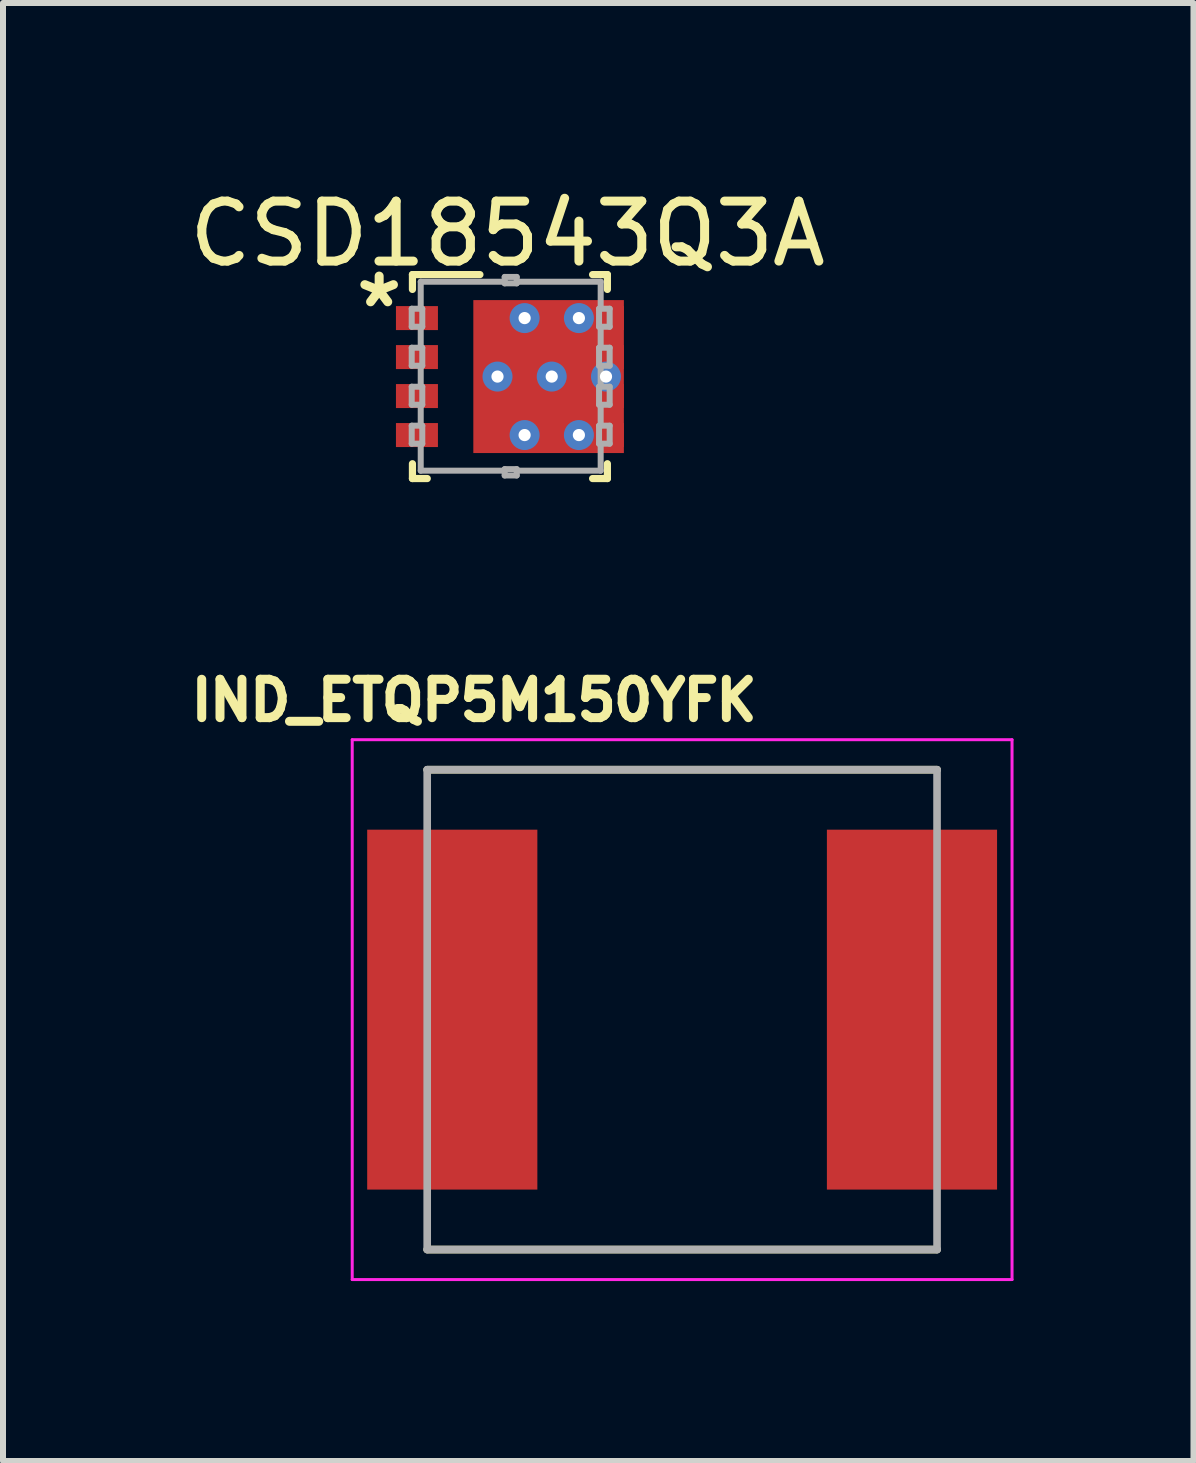
<source format=kicad_pcb>
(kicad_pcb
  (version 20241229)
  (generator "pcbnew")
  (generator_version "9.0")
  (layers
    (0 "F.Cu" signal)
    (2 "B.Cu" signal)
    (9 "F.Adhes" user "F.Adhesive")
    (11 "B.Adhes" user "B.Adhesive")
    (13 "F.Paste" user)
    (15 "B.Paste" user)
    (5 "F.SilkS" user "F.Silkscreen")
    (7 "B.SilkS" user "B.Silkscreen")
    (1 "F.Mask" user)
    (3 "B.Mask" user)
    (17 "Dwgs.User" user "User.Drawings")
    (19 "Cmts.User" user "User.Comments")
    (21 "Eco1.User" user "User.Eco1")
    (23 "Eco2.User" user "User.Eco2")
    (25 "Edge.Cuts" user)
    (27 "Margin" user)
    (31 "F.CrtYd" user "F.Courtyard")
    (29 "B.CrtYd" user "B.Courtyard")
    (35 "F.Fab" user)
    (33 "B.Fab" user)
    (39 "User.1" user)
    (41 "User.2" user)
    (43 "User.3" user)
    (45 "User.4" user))
  (footprint "CSD18543Q3A"
    (layer "F.Cu")
    (at 5.451 3.228)
    (property "Reference" "CSD18543Q3A" (at -0.04 -2.38 0) (layer "F.SilkS") (effects (font (size 1 1) (thickness 0.15))))
    (attr through_hole)
    (fp_poly (pts (xy 0.925 -0.825) (xy 1.425 -0.825) (xy 1.425 -1.125) (xy 0.925 -1.125)) (stroke (width 0.1) (type solid)) (fill yes) (layer "F.Mask"))
    (fp_poly (pts (xy 0.925 -0.175) (xy 1.425 -0.175) (xy 1.425 -0.475) (xy 0.925 -0.475)) (stroke (width 0.1) (type solid)) (fill yes) (layer "F.Mask"))
    (fp_poly (pts (xy 0.925 0.475) (xy 1.425 0.475) (xy 1.425 0.175) (xy 0.925 0.175)) (stroke (width 0.1) (type solid)) (fill yes) (layer "F.Mask"))
    (fp_poly (pts (xy 0.925 1.125) (xy 1.425 1.125) (xy 1.425 0.825) (xy 0.925 0.825)) (stroke (width 0.1) (type solid)) (fill yes) (layer "F.Mask"))
    (fp_poly (pts (xy -0.56 1.172) (xy -0.56 -1.172) (xy -0.559 -1.182) (xy -0.556 -1.192) (xy -0.551 -1.201) (xy -0.544 -1.209) (xy -0.536 -1.216) (xy -0.527 -1.221) (xy -0.517 -1.224) (xy -0.507 -1.225) (xy 1.162 -1.225) (xy 1.172 -1.224) (xy 1.182 -1.221) (xy 1.191 -1.216) (xy 1.199 -1.209) (xy 1.206 -1.201) (xy 1.211 -1.192) (xy 1.214 -1.182) (xy 1.215 -1.172) (xy 1.215 1.172) (xy 1.214 1.182) (xy 1.211 1.192) (xy 1.206 1.201) (xy 1.199 1.209) (xy 1.191 1.216) (xy 1.182 1.221) (xy 1.172 1.224) (xy 1.162 1.225) (xy -0.507 1.225) (xy -0.517 1.224) (xy -0.527 1.221) (xy -0.536 1.216) (xy -0.544 1.209) (xy -0.551 1.201) (xy -0.556 1.192) (xy -0.559 1.182)) (stroke (width 0.1) (type solid)) (fill yes) (layer "F.Mask"))
    (fp_line (start -1.625 -1.7) (end -0.5 -1.7) (stroke (width 0.12) (type solid)) (layer "F.SilkS"))
    (fp_line (start -1.625 -1.453) (end -1.625 -1.7) (stroke (width 0.12) (type solid)) (layer "F.SilkS"))
    (fp_line (start -1.625 1.7) (end -1.625 1.453) (stroke (width 0.12) (type solid)) (layer "F.SilkS"))
    (fp_line (start -1.625 1.7) (end -1.378 1.7) (stroke (width 0.12) (type solid)) (layer "F.SilkS"))
    (fp_line (start 1.378 -1.7) (end 1.625 -1.7) (stroke (width 0.12) (type solid)) (layer "F.SilkS"))
    (fp_line (start 1.378 1.7) (end 1.625 1.7) (stroke (width 0.12) (type solid)) (layer "F.SilkS"))
    (fp_line (start 1.625 -1.453) (end 1.625 -1.7) (stroke (width 0.12) (type solid)) (layer "F.SilkS"))
    (fp_line (start 1.625 1.7) (end 1.625 1.453) (stroke (width 0.12) (type solid)) (layer "F.SilkS"))
    (fp_poly (pts (xy 0.145 -1.176) (xy 0.145 -0.149) (xy 0.144 -0.14) (xy 0.141 -0.13) (xy 0.137 -0.122) (xy 0.131 -0.114) (xy 0.123 -0.108) (xy 0.115 -0.104) (xy 0.105 -0.101) (xy 0.096 -0.1) (xy -0.511 -0.1) (xy -0.52 -0.101) (xy -0.53 -0.104) (xy -0.538 -0.108) (xy -0.546 -0.114) (xy -0.552 -0.122) (xy -0.556 -0.13) (xy -0.559 -0.14) (xy -0.56 -0.149) (xy -0.56 -1.176) (xy -0.559 -1.185) (xy -0.556 -1.195) (xy -0.552 -1.203) (xy -0.546 -1.211) (xy -0.538 -1.217) (xy -0.53 -1.221) (xy -0.52 -1.224) (xy -0.511 -1.225) (xy 0.096 -1.225) (xy 0.105 -1.224) (xy 0.115 -1.221) (xy 0.123 -1.217) (xy 0.131 -1.211) (xy 0.137 -1.203) (xy 0.141 -1.195) (xy 0.144 -1.185)) (stroke (width 0.1) (type solid)) (fill yes) (layer "F.Paste"))
    (fp_poly (pts (xy 0.145 0.149) (xy 0.145 1.176) (xy 0.144 1.185) (xy 0.141 1.195) (xy 0.137 1.203) (xy 0.131 1.211) (xy 0.123 1.217) (xy 0.115 1.221) (xy 0.105 1.224) (xy 0.096 1.225) (xy -0.511 1.225) (xy -0.52 1.224) (xy -0.53 1.221) (xy -0.538 1.217) (xy -0.546 1.211) (xy -0.552 1.203) (xy -0.556 1.195) (xy -0.559 1.185) (xy -0.56 1.176) (xy -0.56 0.149) (xy -0.559 0.14) (xy -0.556 0.13) (xy -0.552 0.122) (xy -0.546 0.114) (xy -0.538 0.108) (xy -0.53 0.104) (xy -0.52 0.101) (xy -0.511 0.1) (xy 0.096 0.1) (xy 0.105 0.101) (xy 0.115 0.104) (xy 0.123 0.108) (xy 0.131 0.114) (xy 0.137 0.122) (xy 0.141 0.13) (xy 0.144 0.14)) (stroke (width 0.1) (type solid)) (fill yes) (layer "F.Paste"))
    (fp_poly (pts (xy 0.345 -0.149) (xy 0.345 -1.176) (xy 0.346 -1.185) (xy 0.349 -1.195) (xy 0.353 -1.203) (xy 0.359 -1.211) (xy 0.367 -1.217) (xy 0.375 -1.221) (xy 0.385 -1.224) (xy 0.394 -1.225) (xy 1.001 -1.225) (xy 1.01 -1.224) (xy 1.02 -1.221) (xy 1.028 -1.217) (xy 1.036 -1.211) (xy 1.042 -1.203) (xy 1.046 -1.195) (xy 1.049 -1.185) (xy 1.05 -1.176) (xy 1.05 -0.149) (xy 1.049 -0.14) (xy 1.046 -0.13) (xy 1.042 -0.122) (xy 1.036 -0.114) (xy 1.028 -0.108) (xy 1.02 -0.104) (xy 1.01 -0.101) (xy 1.001 -0.1) (xy 0.394 -0.1) (xy 0.385 -0.101) (xy 0.375 -0.104) (xy 0.367 -0.108) (xy 0.359 -0.114) (xy 0.353 -0.122) (xy 0.349 -0.13) (xy 0.346 -0.14)) (stroke (width 0.1) (type solid)) (fill yes) (layer "F.Paste"))
    (fp_poly (pts (xy 0.345 1.176) (xy 0.345 0.149) (xy 0.346 0.14) (xy 0.349 0.13) (xy 0.353 0.122) (xy 0.359 0.114) (xy 0.367 0.108) (xy 0.375 0.104) (xy 0.385 0.101) (xy 0.394 0.1) (xy 1.001 0.1) (xy 1.01 0.101) (xy 1.02 0.104) (xy 1.028 0.108) (xy 1.036 0.114) (xy 1.042 0.122) (xy 1.046 0.13) (xy 1.049 0.14) (xy 1.05 0.149) (xy 1.05 1.176) (xy 1.049 1.185) (xy 1.046 1.195) (xy 1.042 1.203) (xy 1.036 1.211) (xy 1.028 1.217) (xy 1.02 1.221) (xy 1.01 1.224) (xy 1.001 1.225) (xy 0.394 1.225) (xy 0.385 1.224) (xy 0.375 1.221) (xy 0.367 1.217) (xy 0.359 1.211) (xy 0.353 1.203) (xy 0.349 1.195) (xy 0.346 1.185)) (stroke (width 0.1) (type solid)) (fill yes) (layer "F.Paste"))
    (fp_line (start -1.637 -1.131) (end -1.461 -1.131) (stroke (width 0.1) (type solid)) (layer "F.Fab"))
    (fp_line (start -1.637 -0.831) (end -1.637 -1.131) (stroke (width 0.1) (type solid)) (layer "F.Fab"))
    (fp_line (start -1.637 -0.831) (end -1.461 -0.831) (stroke (width 0.1) (type solid)) (layer "F.Fab"))
    (fp_line (start -1.637 -0.481) (end -1.461 -0.481) (stroke (width 0.1) (type solid)) (layer "F.Fab"))
    (fp_line (start -1.637 -0.181) (end -1.637 -0.481) (stroke (width 0.1) (type solid)) (layer "F.Fab"))
    (fp_line (start -1.637 -0.181) (end -1.461 -0.181) (stroke (width 0.1) (type solid)) (layer "F.Fab"))
    (fp_line (start -1.637 0.169) (end -1.461 0.169) (stroke (width 0.1) (type solid)) (layer "F.Fab"))
    (fp_line (start -1.637 0.469) (end -1.637 0.169) (stroke (width 0.1) (type solid)) (layer "F.Fab"))
    (fp_line (start -1.637 0.469) (end -1.461 0.469) (stroke (width 0.1) (type solid)) (layer "F.Fab"))
    (fp_line (start -1.637 0.819) (end -1.461 0.819) (stroke (width 0.1) (type solid)) (layer "F.Fab"))
    (fp_line (start -1.637 1.119) (end -1.637 0.819) (stroke (width 0.1) (type solid)) (layer "F.Fab"))
    (fp_line (start -1.637 1.119) (end -1.461 1.119) (stroke (width 0.1) (type solid)) (layer "F.Fab"))
    (fp_line (start -1.487 -1.581) (end -0.087 -1.581) (stroke (width 0.1) (type solid)) (layer "F.Fab"))
    (fp_line (start -1.487 -1.131) (end -1.487 -1.581) (stroke (width 0.1) (type solid)) (layer "F.Fab"))
    (fp_line (start -1.487 -0.481) (end -1.487 -0.831) (stroke (width 0.1) (type solid)) (layer "F.Fab"))
    (fp_line (start -1.487 0.169) (end -1.487 -0.181) (stroke (width 0.1) (type solid)) (layer "F.Fab"))
    (fp_line (start -1.487 0.819) (end -1.487 0.469) (stroke (width 0.1) (type solid)) (layer "F.Fab"))
    (fp_line (start -1.487 1.569) (end -1.487 1.119) (stroke (width 0.1) (type solid)) (layer "F.Fab"))
    (fp_line (start -1.487 1.569) (end -0.087 1.569) (stroke (width 0.1) (type solid)) (layer "F.Fab"))
    (fp_line (start -1.461 -0.831) (end -1.461 -1.131) (stroke (width 0.1) (type solid)) (layer "F.Fab"))
    (fp_line (start -1.461 -0.181) (end -1.461 -0.481) (stroke (width 0.1) (type solid)) (layer "F.Fab"))
    (fp_line (start -1.461 0.469) (end -1.461 0.169) (stroke (width 0.1) (type solid)) (layer "F.Fab"))
    (fp_line (start -1.461 1.119) (end -1.461 0.819) (stroke (width 0.1) (type solid)) (layer "F.Fab"))
    (fp_line (start -0.087 -1.661) (end 0.113 -1.661) (stroke (width 0.1) (type solid)) (layer "F.Fab"))
    (fp_line (start -0.087 -1.554) (end -0.087 -1.661) (stroke (width 0.1) (type solid)) (layer "F.Fab"))
    (fp_line (start -0.087 -1.554) (end 0.113 -1.554) (stroke (width 0.1) (type solid)) (layer "F.Fab"))
    (fp_line (start -0.087 1.543) (end 0.113 1.543) (stroke (width 0.1) (type solid)) (layer "F.Fab"))
    (fp_line (start -0.087 1.649) (end -0.087 1.543) (stroke (width 0.1) (type solid)) (layer "F.Fab"))
    (fp_line (start -0.087 1.649) (end 0.113 1.649) (stroke (width 0.1) (type solid)) (layer "F.Fab"))
    (fp_line (start 0.113 -1.581) (end 1.513 -1.581) (stroke (width 0.1) (type solid)) (layer "F.Fab"))
    (fp_line (start 0.113 -1.554) (end 0.113 -1.661) (stroke (width 0.1) (type solid)) (layer "F.Fab"))
    (fp_line (start 0.113 1.569) (end 1.513 1.569) (stroke (width 0.1) (type solid)) (layer "F.Fab"))
    (fp_line (start 0.113 1.649) (end 0.113 1.543) (stroke (width 0.1) (type solid)) (layer "F.Fab"))
    (fp_line (start 1.486 -1.131) (end 1.663 -1.131) (stroke (width 0.1) (type solid)) (layer "F.Fab"))
    (fp_line (start 1.486 -0.831) (end 1.486 -1.131) (stroke (width 0.1) (type solid)) (layer "F.Fab"))
    (fp_line (start 1.486 -0.831) (end 1.663 -0.831) (stroke (width 0.1) (type solid)) (layer "F.Fab"))
    (fp_line (start 1.486 -0.481) (end 1.663 -0.481) (stroke (width 0.1) (type solid)) (layer "F.Fab"))
    (fp_line (start 1.486 -0.181) (end 1.486 -0.481) (stroke (width 0.1) (type solid)) (layer "F.Fab"))
    (fp_line (start 1.486 -0.181) (end 1.663 -0.181) (stroke (width 0.1) (type solid)) (layer "F.Fab"))
    (fp_line (start 1.486 0.169) (end 1.663 0.169) (stroke (width 0.1) (type solid)) (layer "F.Fab"))
    (fp_line (start 1.486 0.469) (end 1.486 0.169) (stroke (width 0.1) (type solid)) (layer "F.Fab"))
    (fp_line (start 1.486 0.469) (end 1.663 0.469) (stroke (width 0.1) (type solid)) (layer "F.Fab"))
    (fp_line (start 1.486 0.819) (end 1.663 0.819) (stroke (width 0.1) (type solid)) (layer "F.Fab"))
    (fp_line (start 1.486 1.119) (end 1.486 0.819) (stroke (width 0.1) (type solid)) (layer "F.Fab"))
    (fp_line (start 1.486 1.119) (end 1.663 1.119) (stroke (width 0.1) (type solid)) (layer "F.Fab"))
    (fp_line (start 1.513 -1.131) (end 1.513 -1.581) (stroke (width 0.1) (type solid)) (layer "F.Fab"))
    (fp_line (start 1.513 -0.481) (end 1.513 -0.831) (stroke (width 0.1) (type solid)) (layer "F.Fab"))
    (fp_line (start 1.513 0.169) (end 1.513 -0.181) (stroke (width 0.1) (type solid)) (layer "F.Fab"))
    (fp_line (start 1.513 0.819) (end 1.513 0.469) (stroke (width 0.1) (type solid)) (layer "F.Fab"))
    (fp_line (start 1.513 1.569) (end 1.513 1.119) (stroke (width 0.1) (type solid)) (layer "F.Fab"))
    (fp_line (start 1.663 -0.831) (end 1.663 -1.131) (stroke (width 0.1) (type solid)) (layer "F.Fab"))
    (fp_line (start 1.663 -0.181) (end 1.663 -0.481) (stroke (width 0.1) (type solid)) (layer "F.Fab"))
    (fp_line (start 1.663 0.469) (end 1.663 0.169) (stroke (width 0.1) (type solid)) (layer "F.Fab"))
    (fp_line (start 1.663 1.119) (end 1.663 0.819) (stroke (width 0.1) (type solid)) (layer "F.Fab"))
    (fp_text user "*" (at -2.18 -1.13 0) (layer "F.SilkS") (effects (font (size 1 1) (thickness 0.15))))
    (pad "1" smd rect (at -1.55 -0.975 90) (size 0.4 0.7) (layers "F.Cu" "F.Mask" "F.Paste"))
    (pad "2" smd rect (at -1.55 -0.325 90) (size 0.4 0.7) (layers "F.Cu" "F.Mask" "F.Paste"))
    (pad "3" smd rect (at -1.55 0.325 90) (size 0.4 0.7) (layers "F.Cu" "F.Mask" "F.Paste"))
    (pad "4" smd rect (at -1.55 0.975 90) (size 0.4 0.7) (layers "F.Cu" "F.Mask" "F.Paste"))
    (pad "5" thru_hole circle (at -0.207 0) (size 0.5 0.5) (drill 0.203) (layers "*.Cu" "*.Mask"))
    (pad "5" thru_hole circle (at 0.245 -0.975) (size 0.5 0.5) (drill 0.203) (layers "*.Cu" "*.Mask"))
    (pad "5" thru_hole circle (at 0.245 0.975) (size 0.5 0.5) (drill 0.203) (layers "*.Cu" "*.Mask"))
    (pad "5" thru_hole circle (at 0.697 0) (size 0.5 0.5) (drill 0.203) (layers "*.Cu" "*.Mask"))
    (pad "5" thru_hole circle (at 1.15 -0.975) (size 0.5 0.5) (drill 0.203) (layers "*.Cu" "*.Mask"))
    (pad "5" thru_hole circle (at 1.15 0.975) (size 0.5 0.5) (drill 0.203) (layers "*.Cu" "*.Mask"))
    (pad "5" smd rect (at 1.55 0.975 90) (size 0.4 0.7) (layers "F.Cu" "F.Mask" "F.Paste"))
    (pad "5" thru_hole circle (at 1.602 0) (size 0.5 0.5) (drill 0.203) (layers "*.Cu" "*.Mask"))
    (pad "6" smd rect (at 1.55 0.325 90) (size 0.4 0.7) (layers "F.Cu" "F.Mask" "F.Paste"))
    (pad "7" smd rect (at 1.55 -0.325 90) (size 0.4 0.7) (layers "F.Cu" "F.Mask" "F.Paste"))
    (pad "8" smd rect (at 1.55 -0.975 90) (size 0.4 0.7) (layers "F.Cu" "F.Mask" "F.Paste"))
    (pad "9" smd rect (at 0.645 0) (size 2.51 2.55) (layers "F.Cu")))
  (footprint "IND_ETQP5M150YFK"
    (layer "F.Cu")
    (at 8.322 13.782)
    (property "Reference" "IND_ETQP5M150YFK" (at -3.468 -5.156 0) (layer "F.SilkS") (effects (font (size 0.64 0.64) (thickness 0.15))))
    (attr through_hole)
    (fp_line (start -4.25 -4) (end 4.25 -4) (stroke (width 0.127) (type solid)) (layer "F.SilkS"))
    (fp_line (start -4.25 4) (end 4.25 4) (stroke (width 0.127) (type solid)) (layer "F.SilkS"))
    (fp_line (start -5.5 -4.5) (end -5.5 4.5) (stroke (width 0.05) (type solid)) (layer "F.CrtYd"))
    (fp_line (start -5.5 4.5) (end 5.5 4.5) (stroke (width 0.05) (type solid)) (layer "F.CrtYd"))
    (fp_line (start 5.5 -4.5) (end -5.5 -4.5) (stroke (width 0.05) (type solid)) (layer "F.CrtYd"))
    (fp_line (start 5.5 4.5) (end 5.5 -4.5) (stroke (width 0.05) (type solid)) (layer "F.CrtYd"))
    (fp_line (start -4.25 -4) (end -4.25 4) (stroke (width 0.127) (type solid)) (layer "F.Fab"))
    (fp_line (start -4.25 -4) (end 4.25 -4) (stroke (width 0.127) (type solid)) (layer "F.Fab"))
    (fp_line (start -4.25 4) (end 4.25 4) (stroke (width 0.127) (type solid)) (layer "F.Fab"))
    (fp_line (start 4.25 -4) (end 4.25 4) (stroke (width 0.127) (type solid)) (layer "F.Fab"))
    (pad "1" smd rect (at -3.832 0) (size 2.837 6) (layers "F.Cu" "F.Mask" "F.Paste"))
    (pad "2" smd rect (at 3.832 0) (size 2.837 6) (layers "F.Cu" "F.Mask" "F.Paste"))
    (zone (net_name "") (layer "F.Cu") (hatch full 0.508) (connect_pads) (min_thickness 0.01) (filled_areas_thickness no) (keepout (tracks not_allowed) (vias not_allowed) (pads not_allowed) (copperpour not_allowed) (footprints allowed)) (placement (enabled no)) (fill) (polygon (pts (xy 3.572 9.282) (xy 3.572 10.782) (xy 5.909 10.782) (xy 5.909 16.782) (xy 3.572 16.782) (xy 3.572 18.282) (xy 13.072 18.282) (xy 13.072 16.782) (xy 10.735 16.782) (xy 10.735 10.782) (xy 13.072 10.782) (xy 13.072 9.282))))
    (zone (net_name "") (layers "F.Cu" "B.Cu") (hatch full 0.508) (connect_pads) (min_thickness 0.01) (filled_areas_thickness no) (keepout (tracks allowed) (vias not_allowed) (pads allowed) (copperpour allowed) (footprints allowed)) (placement (enabled no)) (fill) (polygon (pts (xy 3.572 9.282) (xy 3.572 10.782) (xy 5.909 10.782) (xy 5.909 16.782) (xy 3.572 16.782) (xy 3.572 18.282) (xy 13.072 18.282) (xy 13.072 16.782) (xy 10.735 16.782) (xy 10.735 10.782) (xy 13.072 10.782) (xy 13.072 9.282)))))
  (gr_rect
    (start -3 -3)
    (end 16.847 21.307)
    (stroke (width 0.1) (type default))
    (fill no)
    (layer "Edge.Cuts")))
</source>
